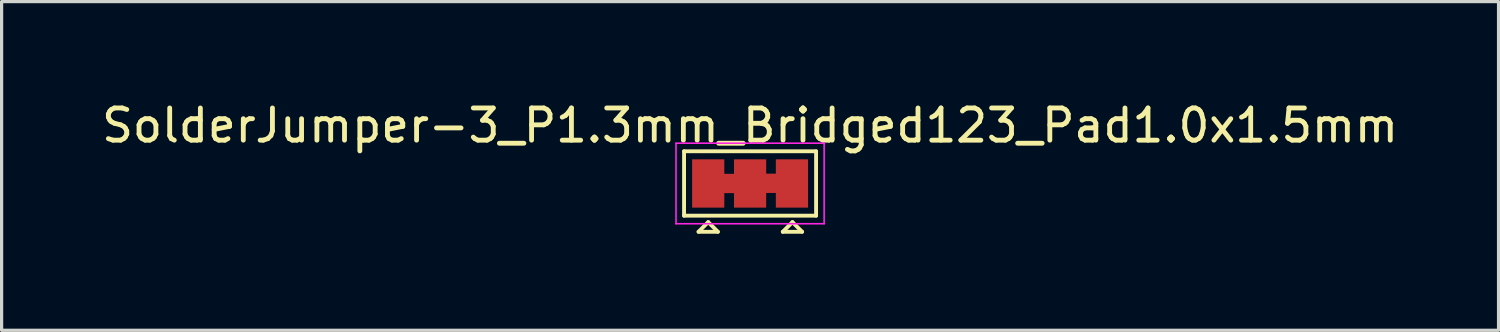
<source format=kicad_pcb>
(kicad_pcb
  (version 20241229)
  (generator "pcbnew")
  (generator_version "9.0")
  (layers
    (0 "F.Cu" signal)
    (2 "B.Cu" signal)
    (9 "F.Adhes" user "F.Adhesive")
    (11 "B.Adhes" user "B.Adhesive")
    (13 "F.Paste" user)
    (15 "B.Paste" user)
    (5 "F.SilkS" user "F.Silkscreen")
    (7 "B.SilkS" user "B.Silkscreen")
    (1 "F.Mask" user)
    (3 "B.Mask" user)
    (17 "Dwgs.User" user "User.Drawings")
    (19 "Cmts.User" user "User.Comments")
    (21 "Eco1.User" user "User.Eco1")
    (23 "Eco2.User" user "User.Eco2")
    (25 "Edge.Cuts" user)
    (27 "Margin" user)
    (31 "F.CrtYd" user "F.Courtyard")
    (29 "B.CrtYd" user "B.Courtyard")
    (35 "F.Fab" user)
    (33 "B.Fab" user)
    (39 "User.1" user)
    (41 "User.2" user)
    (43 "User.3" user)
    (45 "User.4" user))
  (footprint "SolderJumper-3_P1.3mm_Bridged123_Pad1.0x1.5mm"
    (layer "F.Cu")
    (at 20.244 2.648)
    (property "Reference" "SolderJumper-3_P1.3mm_Bridged123_Pad1.0x1.5mm" (at 0 -1.8 0) (layer "F.SilkS") (effects (font (size 1 1) (thickness 0.15))))
    (attr exclude_from_pos_files exclude_from_bom)
    (fp_poly (pts (xy -0.9 -0.3) (xy -0.4 -0.3) (xy -0.4 0.3) (xy -0.9 0.3)) (stroke (width 0) (type solid)) (fill yes) (layer "F.Cu"))
    (fp_poly (pts (xy 0.389 -0.305) (xy 0.889 -0.305) (xy 0.889 0.295) (xy 0.389 0.295)) (stroke (width 0) (type solid)) (fill yes) (layer "F.Cu"))
    (fp_line (start -2.05 -1) (end 2.05 -1) (stroke (width 0.12) (type solid)) (layer "F.SilkS"))
    (fp_line (start -2.05 1) (end -2.05 -1) (stroke (width 0.12) (type solid)) (layer "F.SilkS"))
    (fp_line (start -1.6 1.5) (end -1 1.5) (stroke (width 0.12) (type solid)) (layer "F.SilkS"))
    (fp_line (start -1.3 1.2) (end -1.6 1.5) (stroke (width 0.12) (type solid)) (layer "F.SilkS"))
    (fp_line (start -1.3 1.2) (end -1 1.5) (stroke (width 0.12) (type solid)) (layer "F.SilkS"))
    (fp_line (start 1.016 1.5) (end 1.616 1.5) (stroke (width 0.12) (type solid)) (layer "F.SilkS"))
    (fp_line (start 1.316 1.2) (end 1.016 1.5) (stroke (width 0.12) (type solid)) (layer "F.SilkS"))
    (fp_line (start 1.316 1.2) (end 1.616 1.5) (stroke (width 0.12) (type solid)) (layer "F.SilkS"))
    (fp_line (start 2.05 -1) (end 2.05 1) (stroke (width 0.12) (type solid)) (layer "F.SilkS"))
    (fp_line (start 2.05 1) (end -2.05 1) (stroke (width 0.12) (type solid)) (layer "F.SilkS"))
    (fp_line (start -2.3 -1.25) (end -2.3 1.25) (stroke (width 0.05) (type solid)) (layer "F.CrtYd"))
    (fp_line (start -2.3 -1.25) (end 2.3 -1.25) (stroke (width 0.05) (type solid)) (layer "F.CrtYd"))
    (fp_line (start 2.3 1.25) (end -2.3 1.25) (stroke (width 0.05) (type solid)) (layer "F.CrtYd"))
    (fp_line (start 2.3 1.25) (end 2.3 -1.25) (stroke (width 0.05) (type solid)) (layer "F.CrtYd"))
    (pad "1" smd rect (at -1.3 0) (size 1 1.5) (layers "F.Cu" "F.Mask"))
    (pad "2" smd rect (at 0 0) (size 1 1.5) (layers "F.Cu" "F.Mask"))
    (pad "3" smd rect (at 1.3 0) (size 1 1.5) (layers "F.Cu" "F.Mask")))
  (gr_rect
    (start -3 -3)
    (end 43.488 7.208)
    (stroke (width 0.1) (type default))
    (fill no)
    (layer "Edge.Cuts")))
</source>
